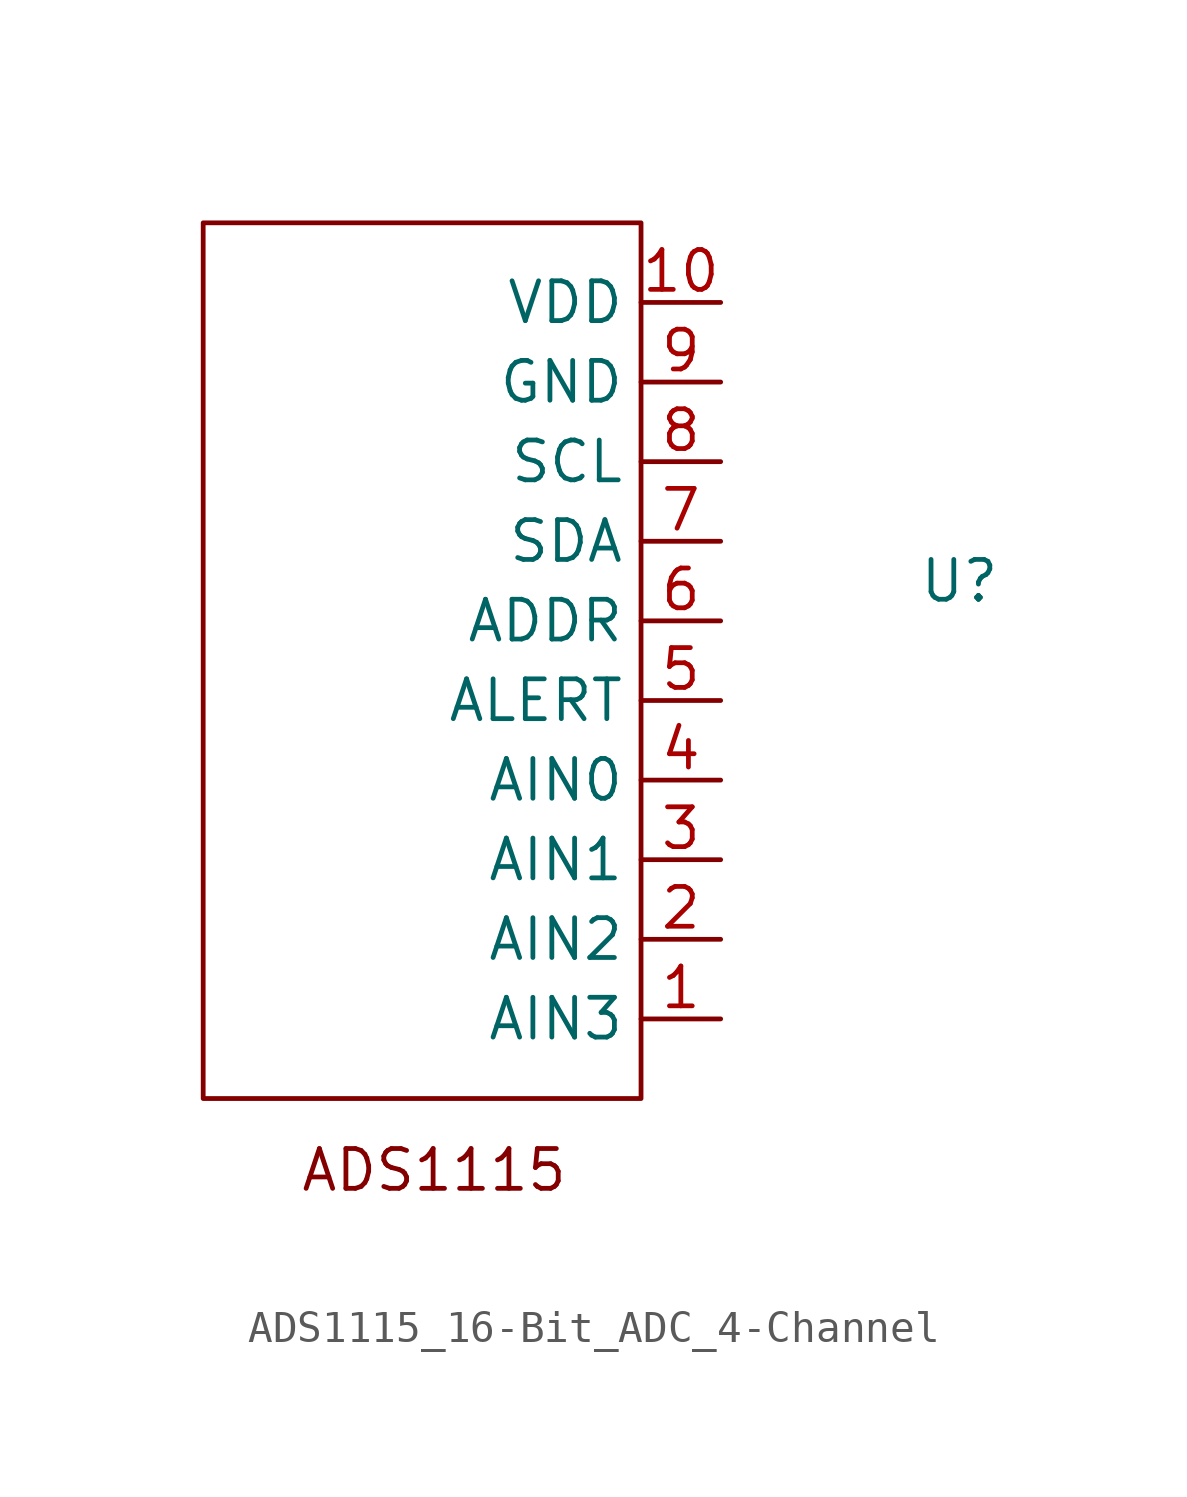
<source format=kicad_sym>
(kicad_symbol_lib
  (version 20231120)
  (generator "kicad_symbol_editor")
  (generator_version "8.0")
  (symbol "ADS1115_16-Bit_ADC_4-Channel"
    (property "Reference" "U"
      (at 0 0 0)
      (effects (font (size 1.27 1.27))))
    (property "Value" ""
      (at 0 0 0)
      (effects (font (size 1.27 1.27))))
    (symbol "ADS1115_16-Bit_ADC_4-Channel_0_1"
      (rectangle (start -24.13 11.43) (end -10.16 -16.51) (stroke (width 0) (type default)) (fill (type none))))
    (symbol "ADS1115_16-Bit_ADC_4-Channel_1_1"
      (text "ADS1115" (at -16.764 -18.796 0) (effects (font (size 1.27 1.27))))
      (pin passive line (at -7.62 -13.97 180) (length 2.54) (name "AIN3" (effects (font (size 1.27 1.27)))) (number "1" (effects (font (size 1.27 1.27)))))
      (pin power_in line (at -7.62 8.89 180) (length 2.54) (name "VDD" (effects (font (size 1.27 1.27)))) (number "10" (effects (font (size 1.27 1.27)))))
      (pin passive line (at -7.62 -11.43 180) (length 2.54) (name "AIN2" (effects (font (size 1.27 1.27)))) (number "2" (effects (font (size 1.27 1.27)))))
      (pin passive line (at -7.62 -8.89 180) (length 2.54) (name "AIN1" (effects (font (size 1.27 1.27)))) (number "3" (effects (font (size 1.27 1.27)))))
      (pin passive line (at -7.62 -6.35 180) (length 2.54) (name "AIN0" (effects (font (size 1.27 1.27)))) (number "4" (effects (font (size 1.27 1.27)))))
      (pin passive line (at -7.62 -3.81 180) (length 2.54) (name "ALERT" (effects (font (size 1.27 1.27)))) (number "5" (effects (font (size 1.27 1.27)))))
      (pin passive line (at -7.62 -1.27 180) (length 2.54) (name "ADDR" (effects (font (size 1.27 1.27)))) (number "6" (effects (font (size 1.27 1.27)))))
      (pin passive line (at -7.62 1.27 180) (length 2.54) (name "SDA" (effects (font (size 1.27 1.27)))) (number "7" (effects (font (size 1.27 1.27)))))
      (pin passive line (at -7.62 3.81 180) (length 2.54) (name "SCL" (effects (font (size 1.27 1.27)))) (number "8" (effects (font (size 1.27 1.27)))))
      (pin input line (at -7.62 6.35 180) (length 2.54) (name "GND" (effects (font (size 1.27 1.27)))) (number "9" (effects (font (size 1.27 1.27))))))))
</source>
